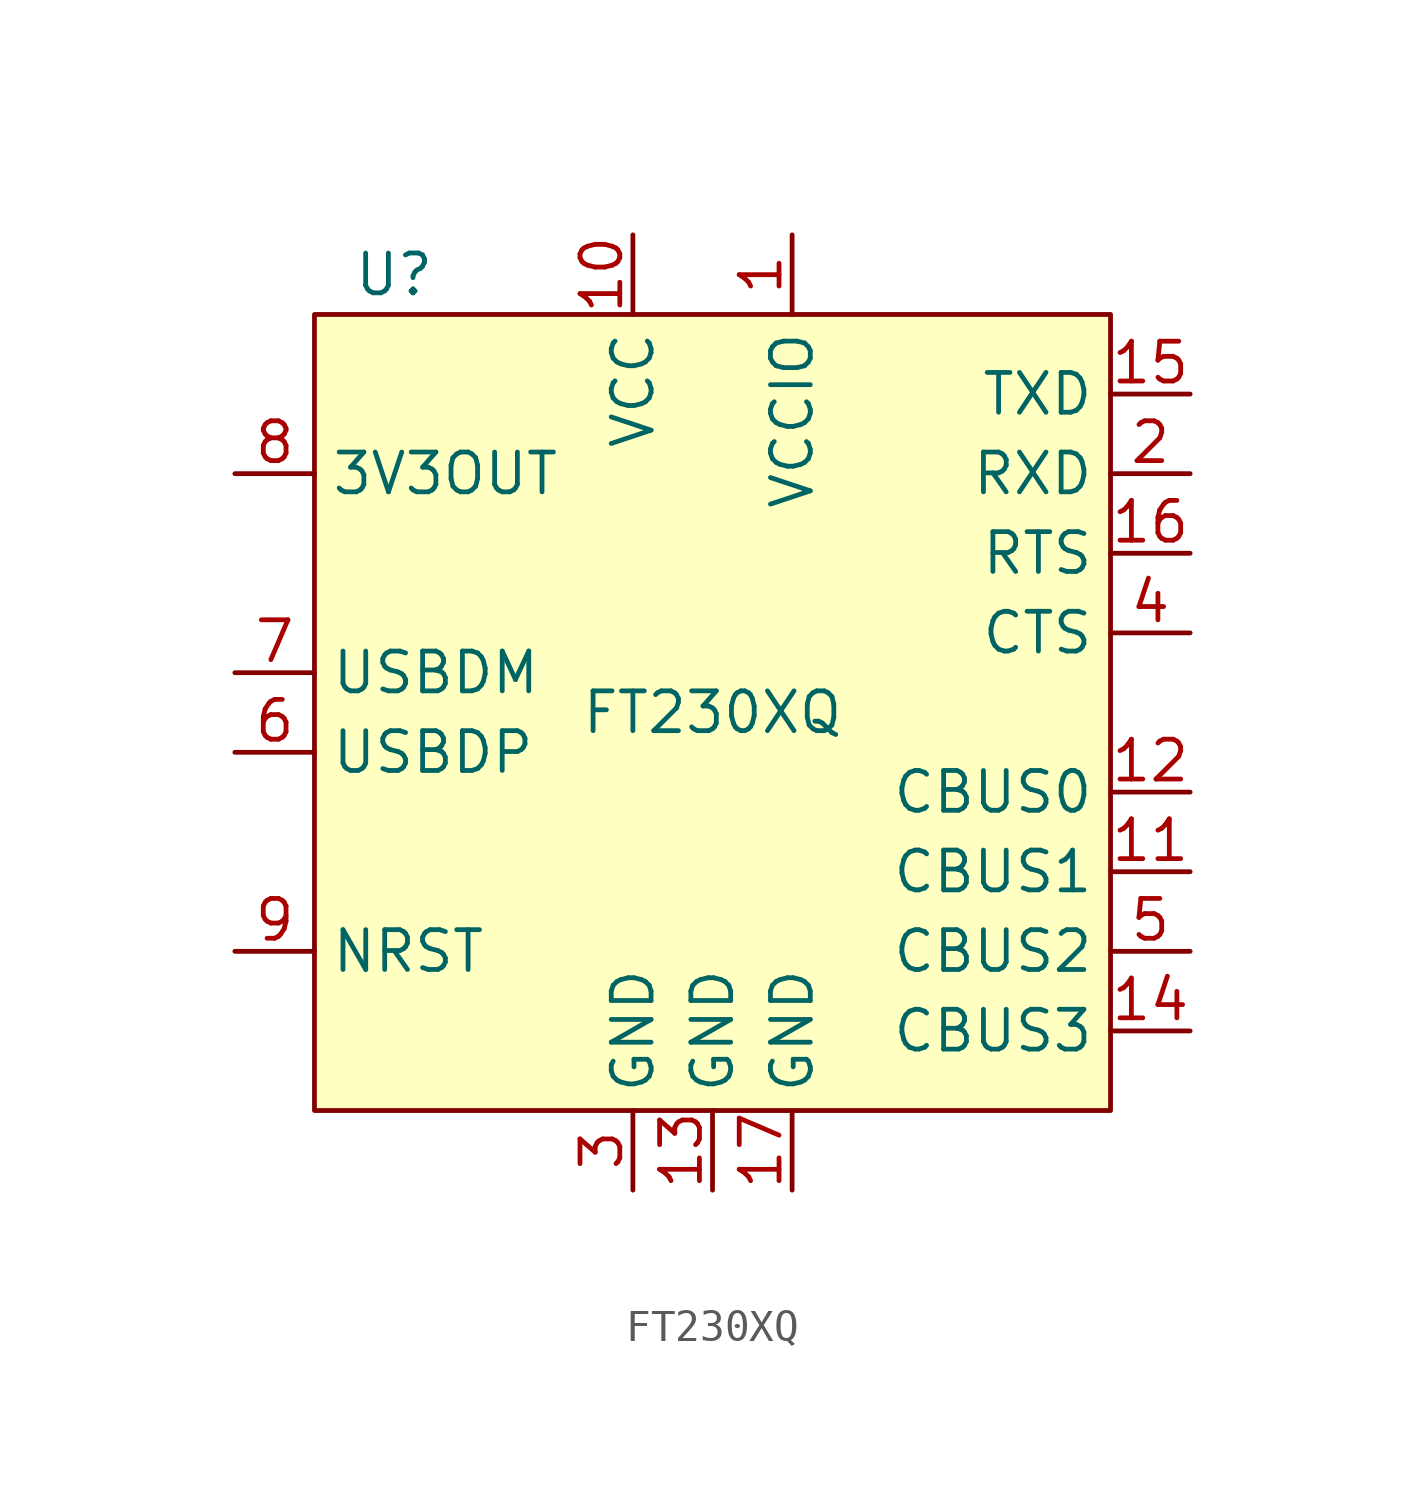
<source format=kicad_sym>
(kicad_symbol_lib
  (version 20211014)
  (generator kicad_symbol_editor)
  (symbol "FT230XQ"
    (property "Reference" "U"
      (at -10.16 13.97 0)
      (effects (font (size 1.27 1.27))))
    (property "Value" "FT230XQ"
      (at 0 0 0)
      (effects (font (size 1.27 1.27))))
    (symbol "FT230XQ_0_1"
      (rectangle (start -12.7 12.7) (end 12.7 -12.7) (stroke (width 0.152) (type default) (color 0 0 0 0)) (fill (type background))))
    (symbol "FT230XQ_1_1"
      (pin power_in line (at 2.54 15.24 270) (length 2.54) (name "VCCIO" (effects (font (size 1.27 1.27)))) (number "1" (effects (font (size 1.27 1.27)))))
      (pin power_in line (at -2.54 15.24 270) (length 2.54) (name "VCC" (effects (font (size 1.27 1.27)))) (number "10" (effects (font (size 1.27 1.27)))))
      (pin input line (at 15.24 -5.08 180) (length 2.54) (name "CBUS1" (effects (font (size 1.27 1.27)))) (number "11" (effects (font (size 1.27 1.27)))))
      (pin input line (at 15.24 -2.54 180) (length 2.54) (name "CBUS0" (effects (font (size 1.27 1.27)))) (number "12" (effects (font (size 1.27 1.27)))))
      (pin power_in line (at 0 -15.24 90) (length 2.54) (name "GND" (effects (font (size 1.27 1.27)))) (number "13" (effects (font (size 1.27 1.27)))))
      (pin input line (at 15.24 -10.16 180) (length 2.54) (name "CBUS3" (effects (font (size 1.27 1.27)))) (number "14" (effects (font (size 1.27 1.27)))))
      (pin output line (at 15.24 10.16 180) (length 2.54) (name "TXD" (effects (font (size 1.27 1.27)))) (number "15" (effects (font (size 1.27 1.27)))))
      (pin input line (at 15.24 5.08 180) (length 2.54) (name "RTS" (effects (font (size 1.27 1.27)))) (number "16" (effects (font (size 1.27 1.27)))))
      (pin power_in line (at 2.54 -15.24 90) (length 2.54) (name "GND" (effects (font (size 1.27 1.27)))) (number "17" (effects (font (size 1.27 1.27)))))
      (pin input line (at 15.24 7.62 180) (length 2.54) (name "RXD" (effects (font (size 1.27 1.27)))) (number "2" (effects (font (size 1.27 1.27)))))
      (pin power_in line (at -2.54 -15.24 90) (length 2.54) (name "GND" (effects (font (size 1.27 1.27)))) (number "3" (effects (font (size 1.27 1.27)))))
      (pin input line (at 15.24 2.54 180) (length 2.54) (name "CTS" (effects (font (size 1.27 1.27)))) (number "4" (effects (font (size 1.27 1.27)))))
      (pin input line (at 15.24 -7.62 180) (length 2.54) (name "CBUS2" (effects (font (size 1.27 1.27)))) (number "5" (effects (font (size 1.27 1.27)))))
      (pin bidirectional line (at -15.24 -1.27 0) (length 2.54) (name "USBDP" (effects (font (size 1.27 1.27)))) (number "6" (effects (font (size 1.27 1.27)))))
      (pin bidirectional line (at -15.24 1.27 0) (length 2.54) (name "USBDM" (effects (font (size 1.27 1.27)))) (number "7" (effects (font (size 1.27 1.27)))))
      (pin power_out line (at -15.24 7.62 0) (length 2.54) (name "3V3OUT" (effects (font (size 1.27 1.27)))) (number "8" (effects (font (size 1.27 1.27)))))
      (pin input line (at -15.24 -7.62 0) (length 2.54) (name "NRST" (effects (font (size 1.27 1.27)))) (number "9" (effects (font (size 1.27 1.27))))))))
</source>
